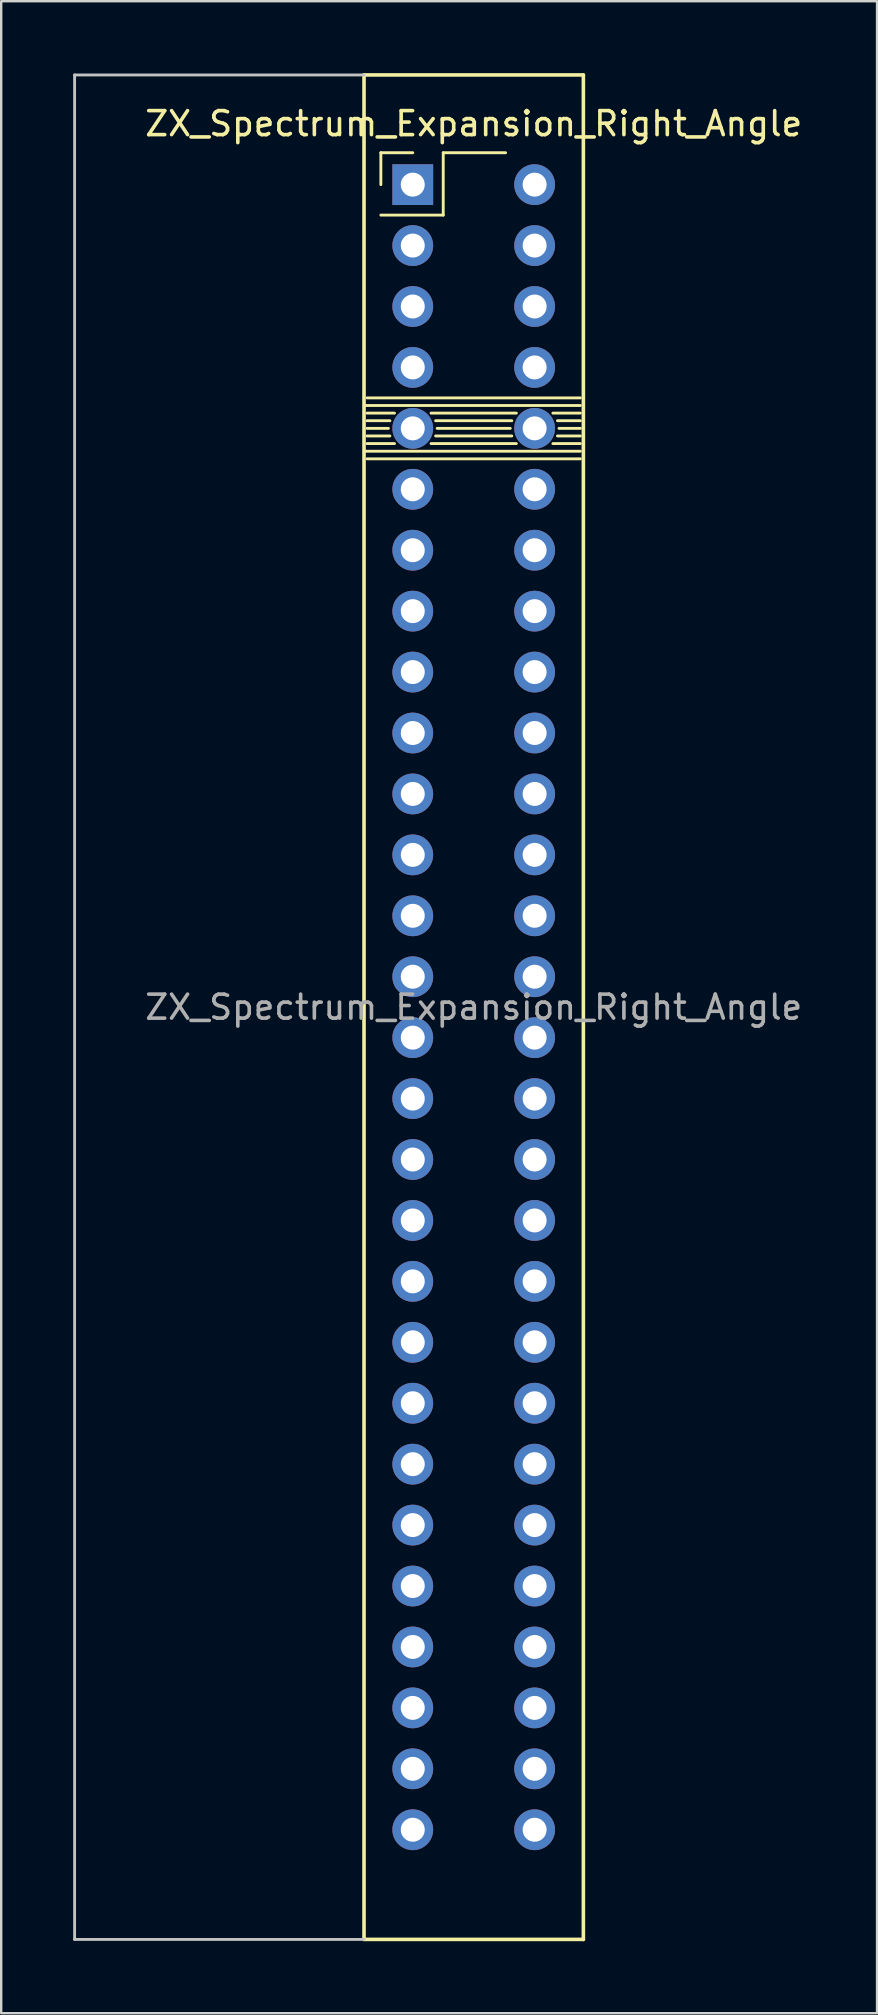
<source format=kicad_pcb>
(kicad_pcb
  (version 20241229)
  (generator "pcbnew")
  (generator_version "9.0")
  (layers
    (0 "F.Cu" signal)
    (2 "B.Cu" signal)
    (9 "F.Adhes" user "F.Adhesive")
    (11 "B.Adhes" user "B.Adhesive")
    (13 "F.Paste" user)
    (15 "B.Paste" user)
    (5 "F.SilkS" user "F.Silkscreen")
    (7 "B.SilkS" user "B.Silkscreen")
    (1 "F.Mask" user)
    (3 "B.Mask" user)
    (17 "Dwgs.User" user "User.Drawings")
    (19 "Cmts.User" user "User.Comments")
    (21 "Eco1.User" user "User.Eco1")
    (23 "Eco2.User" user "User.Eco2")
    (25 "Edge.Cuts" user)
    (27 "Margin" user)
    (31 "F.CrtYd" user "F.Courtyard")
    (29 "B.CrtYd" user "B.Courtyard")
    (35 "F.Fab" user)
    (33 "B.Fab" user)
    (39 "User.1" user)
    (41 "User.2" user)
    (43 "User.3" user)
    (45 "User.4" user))
  (footprint "ZX_Spectrum_Expansion_Right_Angle"
    (layer "F.Cu")
    (at 14.157 4.647)
    (property "Reference" "ZX_Spectrum_Expansion_Right_Angle" (at 2.54 -2.54 0) (layer "F.SilkS") (effects (font (size 1 1) (thickness 0.15))))
    (attr through_hole)
    (fp_line (start -2.032 -4.572) (end -2.032 73.152) (stroke (width 0.15) (type solid)) (layer "F.SilkS"))
    (fp_line (start -2.032 -4.572) (end 7.112 -4.572) (stroke (width 0.15) (type solid)) (layer "F.SilkS"))
    (fp_line (start -1.968 9.207) (end 6.985 9.207) (stroke (width 0.12) (type solid)) (layer "F.SilkS"))
    (fp_line (start -1.905 9.525) (end -0.762 9.525) (stroke (width 0.12) (type solid)) (layer "F.SilkS"))
    (fp_line (start -1.905 9.842) (end -0.953 9.842) (stroke (width 0.12) (type solid)) (layer "F.SilkS"))
    (fp_line (start -1.905 11.43) (end 6.985 11.43) (stroke (width 0.12) (type solid)) (layer "F.SilkS"))
    (fp_line (start -1.33 -1.33) (end 0 -1.33) (stroke (width 0.12) (type solid)) (layer "F.SilkS"))
    (fp_line (start -1.33 0) (end -1.33 -1.33) (stroke (width 0.12) (type solid)) (layer "F.SilkS"))
    (fp_line (start -1.33 1.27) (end 1.27 1.27) (stroke (width 0.12) (type solid)) (layer "F.SilkS"))
    (fp_line (start -1.016 10.16) (end -1.905 10.16) (stroke (width 0.12) (type solid)) (layer "F.SilkS"))
    (fp_line (start -0.953 10.477) (end -1.905 10.477) (stroke (width 0.12) (type solid)) (layer "F.SilkS"))
    (fp_line (start -0.762 10.795) (end -1.905 10.795) (stroke (width 0.12) (type solid)) (layer "F.SilkS"))
    (fp_line (start 0.762 9.525) (end 4.318 9.525) (stroke (width 0.12) (type solid)) (layer "F.SilkS"))
    (fp_line (start 0.762 10.795) (end 4.318 10.795) (stroke (width 0.12) (type solid)) (layer "F.SilkS"))
    (fp_line (start 0.953 9.842) (end 4.128 9.842) (stroke (width 0.12) (type solid)) (layer "F.SilkS"))
    (fp_line (start 1.27 -1.33) (end 3.87 -1.33) (stroke (width 0.12) (type solid)) (layer "F.SilkS"))
    (fp_line (start 1.27 1.27) (end 1.27 -1.33) (stroke (width 0.12) (type solid)) (layer "F.SilkS"))
    (fp_line (start 4.064 10.16) (end 1.016 10.16) (stroke (width 0.12) (type solid)) (layer "F.SilkS"))
    (fp_line (start 4.128 10.477) (end 0.953 10.477) (stroke (width 0.12) (type solid)) (layer "F.SilkS"))
    (fp_line (start 5.842 9.525) (end 6.985 9.525) (stroke (width 0.12) (type solid)) (layer "F.SilkS"))
    (fp_line (start 5.842 10.795) (end 6.985 10.795) (stroke (width 0.12) (type solid)) (layer "F.SilkS"))
    (fp_line (start 6.032 9.842) (end 6.985 9.842) (stroke (width 0.12) (type solid)) (layer "F.SilkS"))
    (fp_line (start 6.985 8.89) (end -1.905 8.89) (stroke (width 0.12) (type solid)) (layer "F.SilkS"))
    (fp_line (start 6.985 10.16) (end 6.096 10.16) (stroke (width 0.12) (type solid)) (layer "F.SilkS"))
    (fp_line (start 6.985 10.477) (end 6.032 10.477) (stroke (width 0.12) (type solid)) (layer "F.SilkS"))
    (fp_line (start 6.985 11.113) (end -1.968 11.113) (stroke (width 0.12) (type solid)) (layer "F.SilkS"))
    (fp_line (start 7.112 -4.572) (end 7.112 73.152) (stroke (width 0.15) (type solid)) (layer "F.SilkS"))
    (fp_line (start 7.112 73.152) (end -2.032 73.152) (stroke (width 0.15) (type solid)) (layer "F.SilkS"))
    (fp_line (start -14.097 -4.572) (end -14.097 73.152) (stroke (width 0.12) (type solid)) (layer "Dwgs.User"))
    (fp_line (start -14.097 73.152) (end -2.032 73.152) (stroke (width 0.12) (type solid)) (layer "Dwgs.User"))
    (fp_line (start -2.032 -4.572) (end -14.097 -4.572) (stroke (width 0.12) (type solid)) (layer "Dwgs.User"))
    (fp_text user "${REFERENCE}" (at 2.54 34.29 180) (layer "F.Fab") (effects (font (size 1 1) (thickness 0.15))))
    (pad "A1" thru_hole oval (at 5.08 0) (size 1.7 1.7) (drill 1) (layers "*.Cu" "*.Mask"))
    (pad "A2" thru_hole oval (at 5.08 2.54) (size 1.7 1.7) (drill 1) (layers "*.Cu" "*.Mask"))
    (pad "A3" thru_hole oval (at 5.08 5.08) (size 1.7 1.7) (drill 1) (layers "*.Cu" "*.Mask"))
    (pad "A4" thru_hole oval (at 5.08 7.62) (size 1.7 1.7) (drill 1) (layers "*.Cu" "*.Mask"))
    (pad "A5" thru_hole oval (at 5.08 10.16) (size 1.7 1.7) (drill 1) (layers "*.Cu" "*.Mask"))
    (pad "A6" thru_hole oval (at 5.08 12.7) (size 1.7 1.7) (drill 1) (layers "*.Cu" "*.Mask"))
    (pad "A7" thru_hole oval (at 5.08 15.24) (size 1.7 1.7) (drill 1) (layers "*.Cu" "*.Mask"))
    (pad "A8" thru_hole oval (at 5.08 17.78) (size 1.7 1.7) (drill 1) (layers "*.Cu" "*.Mask"))
    (pad "A9" thru_hole oval (at 5.08 20.32) (size 1.7 1.7) (drill 1) (layers "*.Cu" "*.Mask"))
    (pad "A10" thru_hole oval (at 5.08 22.86) (size 1.7 1.7) (drill 1) (layers "*.Cu" "*.Mask"))
    (pad "A11" thru_hole oval (at 5.08 25.4) (size 1.7 1.7) (drill 1) (layers "*.Cu" "*.Mask"))
    (pad "A12" thru_hole oval (at 5.08 27.94) (size 1.7 1.7) (drill 1) (layers "*.Cu" "*.Mask"))
    (pad "A13" thru_hole oval (at 5.08 30.48) (size 1.7 1.7) (drill 1) (layers "*.Cu" "*.Mask"))
    (pad "A14" thru_hole oval (at 5.08 33.02) (size 1.7 1.7) (drill 1) (layers "*.Cu" "*.Mask"))
    (pad "A15" thru_hole oval (at 5.08 35.56) (size 1.7 1.7) (drill 1) (layers "*.Cu" "*.Mask"))
    (pad "A16" thru_hole oval (at 5.08 38.1) (size 1.7 1.7) (drill 1) (layers "*.Cu" "*.Mask"))
    (pad "A17" thru_hole oval (at 5.08 40.64) (size 1.7 1.7) (drill 1) (layers "*.Cu" "*.Mask"))
    (pad "A18" thru_hole oval (at 5.08 43.18) (size 1.7 1.7) (drill 1) (layers "*.Cu" "*.Mask"))
    (pad "A19" thru_hole oval (at 5.08 45.72) (size 1.7 1.7) (drill 1) (layers "*.Cu" "*.Mask"))
    (pad "A20" thru_hole oval (at 5.08 48.26) (size 1.7 1.7) (drill 1) (layers "*.Cu" "*.Mask"))
    (pad "A21" thru_hole oval (at 5.08 50.8) (size 1.7 1.7) (drill 1) (layers "*.Cu" "*.Mask"))
    (pad "A22" thru_hole oval (at 5.08 53.34) (size 1.7 1.7) (drill 1) (layers "*.Cu" "*.Mask"))
    (pad "A23" thru_hole oval (at 5.08 55.88) (size 1.7 1.7) (drill 1) (layers "*.Cu" "*.Mask"))
    (pad "A24" thru_hole oval (at 5.08 58.42) (size 1.7 1.7) (drill 1) (layers "*.Cu" "*.Mask"))
    (pad "A25" thru_hole oval (at 5.08 60.96) (size 1.7 1.7) (drill 1) (layers "*.Cu" "*.Mask"))
    (pad "A26" thru_hole oval (at 5.08 63.5) (size 1.7 1.7) (drill 1) (layers "*.Cu" "*.Mask"))
    (pad "A27" thru_hole oval (at 5.08 66.04) (size 1.7 1.7) (drill 1) (layers "*.Cu" "*.Mask"))
    (pad "A28" thru_hole oval (at 5.08 68.58) (size 1.7 1.7) (drill 1) (layers "*.Cu" "*.Mask"))
    (pad "B1" thru_hole rect (at 0 0) (size 1.7 1.7) (drill 1) (layers "*.Cu" "*.Mask"))
    (pad "B2" thru_hole circle (at 0 2.54) (size 1.7 1.7) (drill 1) (layers "*.Cu" "*.Mask"))
    (pad "B3" thru_hole circle (at 0 5.08) (size 1.7 1.7) (drill 1) (layers "*.Cu" "*.Mask"))
    (pad "B4" thru_hole circle (at 0 7.62) (size 1.7 1.7) (drill 1) (layers "*.Cu" "*.Mask"))
    (pad "B5" thru_hole circle (at 0 10.16) (size 1.7 1.7) (drill 1) (layers "*.Cu" "*.Mask"))
    (pad "B6" thru_hole circle (at 0 12.7) (size 1.7 1.7) (drill 1) (layers "*.Cu" "*.Mask"))
    (pad "B7" thru_hole circle (at 0 15.24) (size 1.7 1.7) (drill 1) (layers "*.Cu" "*.Mask"))
    (pad "B8" thru_hole circle (at 0 17.78) (size 1.7 1.7) (drill 1) (layers "*.Cu" "*.Mask"))
    (pad "B9" thru_hole circle (at 0 20.32) (size 1.7 1.7) (drill 1) (layers "*.Cu" "*.Mask"))
    (pad "B10" thru_hole circle (at 0 22.86) (size 1.7 1.7) (drill 1) (layers "*.Cu" "*.Mask"))
    (pad "B11" thru_hole circle (at 0 25.4) (size 1.7 1.7) (drill 1) (layers "*.Cu" "*.Mask"))
    (pad "B12" thru_hole circle (at 0 27.94) (size 1.7 1.7) (drill 1) (layers "*.Cu" "*.Mask"))
    (pad "B13" thru_hole circle (at 0 30.48) (size 1.7 1.7) (drill 1) (layers "*.Cu" "*.Mask"))
    (pad "B14" thru_hole circle (at 0 33.02) (size 1.7 1.7) (drill 1) (layers "*.Cu" "*.Mask"))
    (pad "B15" thru_hole circle (at 0 35.56) (size 1.7 1.7) (drill 1) (layers "*.Cu" "*.Mask"))
    (pad "B16" thru_hole circle (at 0 38.1) (size 1.7 1.7) (drill 1) (layers "*.Cu" "*.Mask"))
    (pad "B17" thru_hole circle (at 0 40.64) (size 1.7 1.7) (drill 1) (layers "*.Cu" "*.Mask"))
    (pad "B18" thru_hole circle (at 0 43.18) (size 1.7 1.7) (drill 1) (layers "*.Cu" "*.Mask"))
    (pad "B19" thru_hole circle (at 0 45.72) (size 1.7 1.7) (drill 1) (layers "*.Cu" "*.Mask"))
    (pad "B20" thru_hole circle (at 0 48.26) (size 1.7 1.7) (drill 1) (layers "*.Cu" "*.Mask"))
    (pad "B21" thru_hole circle (at 0 50.8) (size 1.7 1.7) (drill 1) (layers "*.Cu" "*.Mask"))
    (pad "B22" thru_hole circle (at 0 53.34) (size 1.7 1.7) (drill 1) (layers "*.Cu" "*.Mask"))
    (pad "B23" thru_hole circle (at 0 55.88) (size 1.7 1.7) (drill 1) (layers "*.Cu" "*.Mask"))
    (pad "B24" thru_hole circle (at 0 58.42) (size 1.7 1.7) (drill 1) (layers "*.Cu" "*.Mask"))
    (pad "B25" thru_hole circle (at 0 60.96) (size 1.7 1.7) (drill 1) (layers "*.Cu" "*.Mask"))
    (pad "B26" thru_hole circle (at 0 63.5) (size 1.7 1.7) (drill 1) (layers "*.Cu" "*.Mask"))
    (pad "B27" thru_hole circle (at 0 66.04) (size 1.7 1.7) (drill 1) (layers "*.Cu" "*.Mask"))
    (pad "B28" thru_hole circle (at 0 68.58) (size 1.7 1.7) (drill 1) (layers "*.Cu" "*.Mask")))
  (gr_rect
    (start -3 -3)
    (end 33.512 80.874)
    (stroke (width 0.1) (type default))
    (fill no)
    (layer "Edge.Cuts")))
</source>
